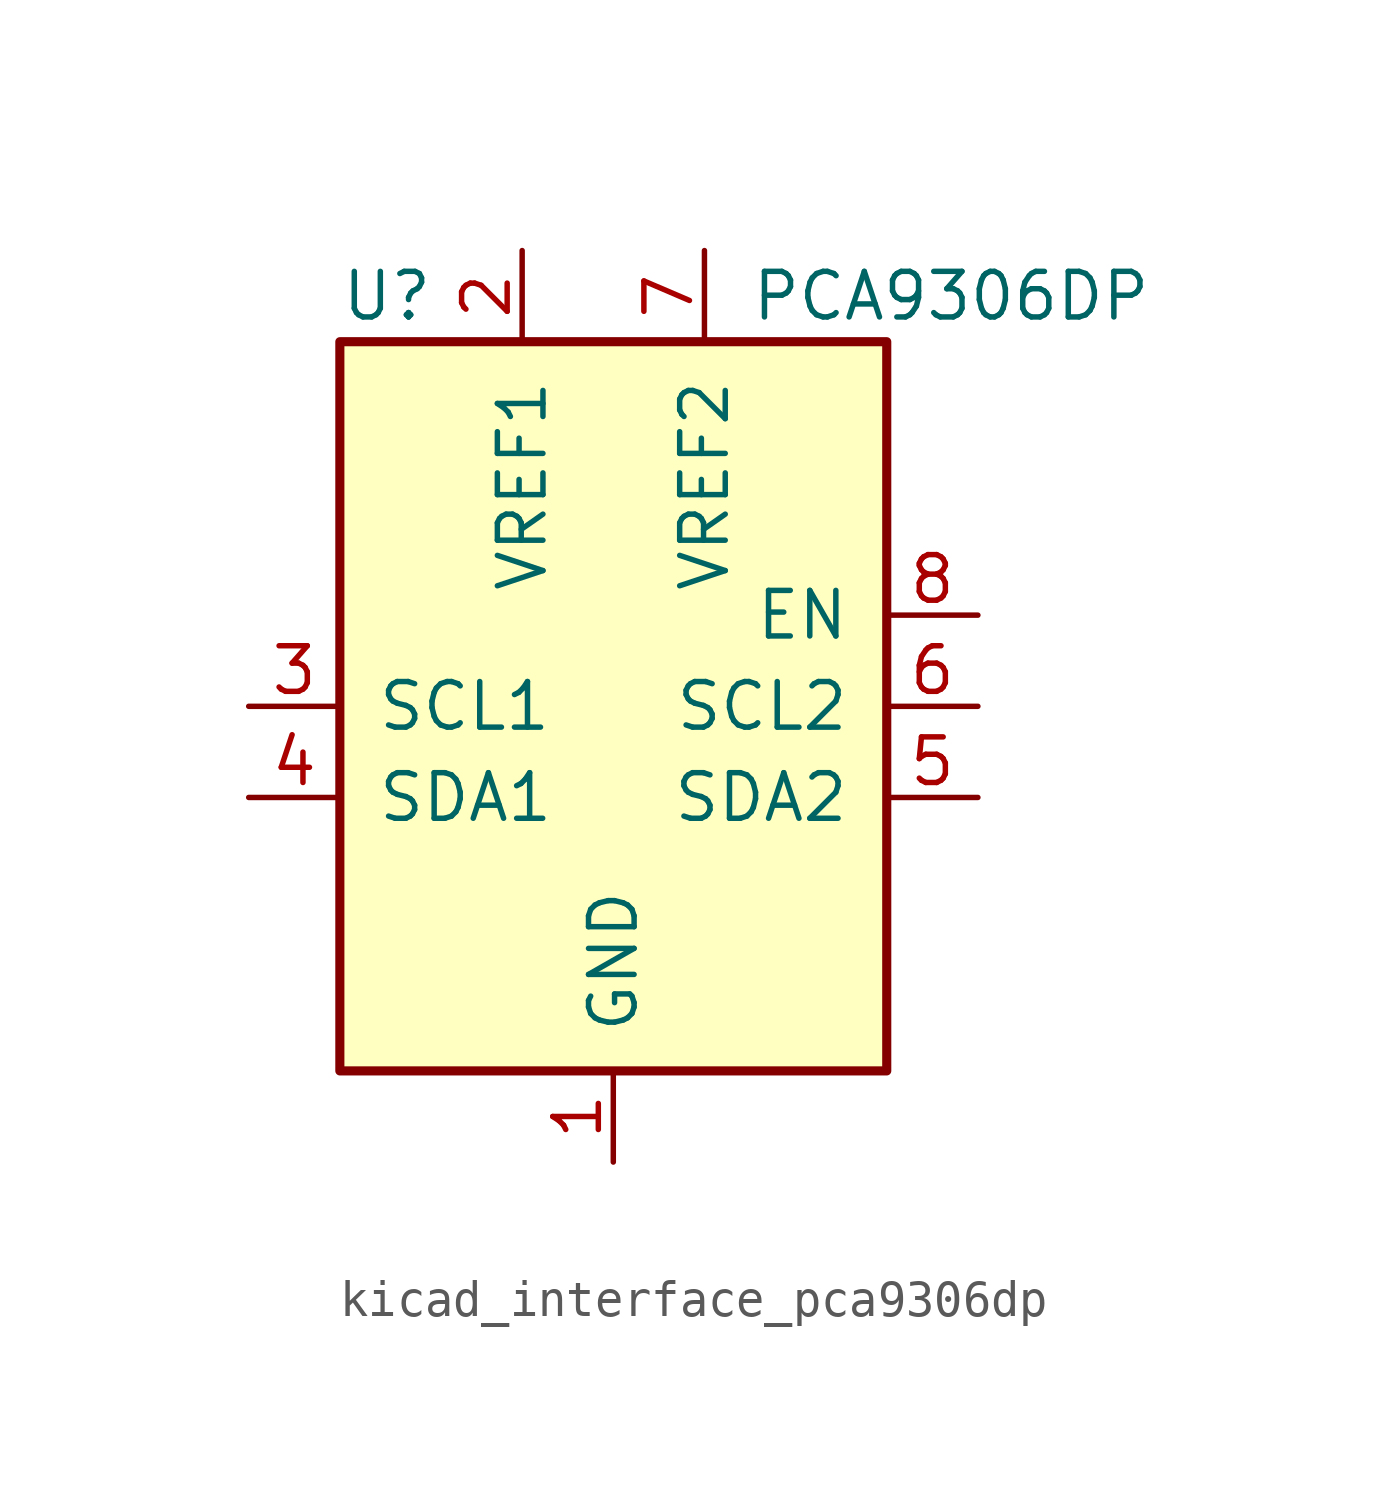
<source format=kicad_sym>
(kicad_symbol_lib
  (version 20220914)
  (generator kicad_symbol_editor)
  (symbol "kicad_interface_pca9306dp"
    (pin_names
      (offset 1.016))
    (property "Reference" "U"
      (at -7.62 11.43 0)
      (effects (font (size 1.27 1.27)) (justify left)))
    (property "Value" "PCA9306DP"
      (at 3.81 11.43 0)
      (effects (font (size 1.27 1.27)) (justify left)))
    (symbol "kicad_interface_pca9306dp_0_1"
      (rectangle (start -7.62 10.16) (end 7.62 -10.16) (stroke (width 0.254) (type default)) (fill (type background))))
    (symbol "kicad_interface_pca9306dp_1_1"
      (pin power_in line (at 0 -12.7 90) (length 2.54) (name "GND" (effects (font (size 1.27 1.27)))) (number "1" (effects (font (size 1.27 1.27)))))
      (pin power_in line (at -2.54 12.7 270) (length 2.54) (name "VREF1" (effects (font (size 1.27 1.27)))) (number "2" (effects (font (size 1.27 1.27)))))
      (pin bidirectional line (at -10.16 0 0) (length 2.54) (name "SCL1" (effects (font (size 1.27 1.27)))) (number "3" (effects (font (size 1.27 1.27)))))
      (pin bidirectional line (at -10.16 -2.54 0) (length 2.54) (name "SDA1" (effects (font (size 1.27 1.27)))) (number "4" (effects (font (size 1.27 1.27)))))
      (pin bidirectional line (at 10.16 -2.54 180) (length 2.54) (name "SDA2" (effects (font (size 1.27 1.27)))) (number "5" (effects (font (size 1.27 1.27)))))
      (pin bidirectional line (at 10.16 0 180) (length 2.54) (name "SCL2" (effects (font (size 1.27 1.27)))) (number "6" (effects (font (size 1.27 1.27)))))
      (pin power_in line (at 2.54 12.7 270) (length 2.54) (name "VREF2" (effects (font (size 1.27 1.27)))) (number "7" (effects (font (size 1.27 1.27)))))
      (pin input line (at 10.16 2.54 180) (length 2.54) (name "EN" (effects (font (size 1.27 1.27)))) (number "8" (effects (font (size 1.27 1.27))))))))
</source>
